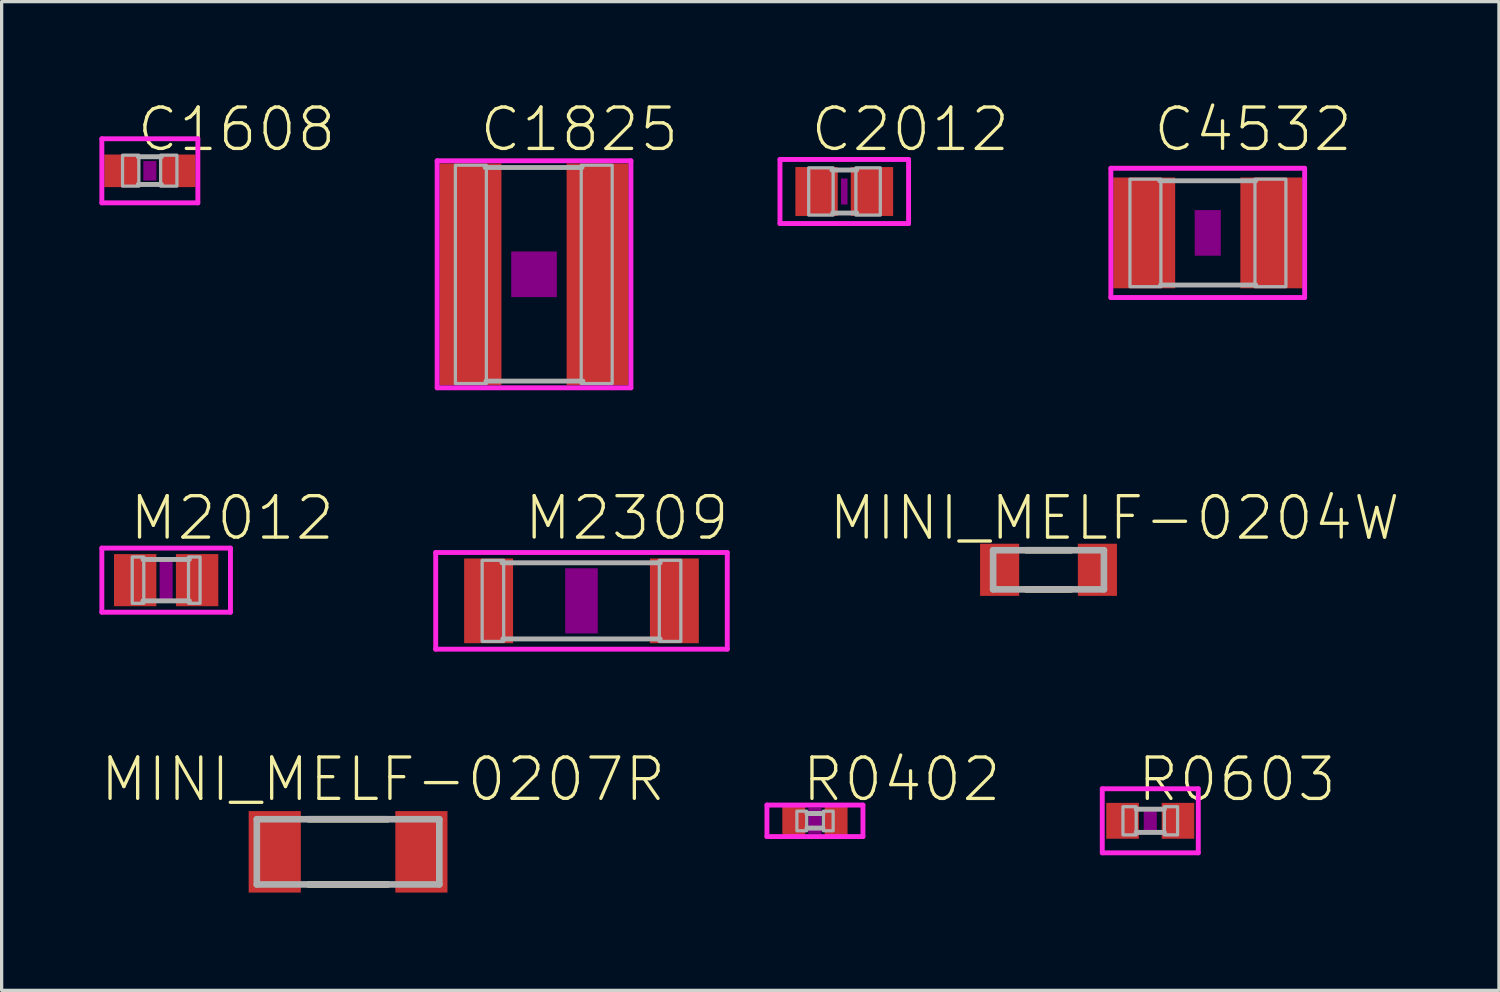
<source format=kicad_pcb>
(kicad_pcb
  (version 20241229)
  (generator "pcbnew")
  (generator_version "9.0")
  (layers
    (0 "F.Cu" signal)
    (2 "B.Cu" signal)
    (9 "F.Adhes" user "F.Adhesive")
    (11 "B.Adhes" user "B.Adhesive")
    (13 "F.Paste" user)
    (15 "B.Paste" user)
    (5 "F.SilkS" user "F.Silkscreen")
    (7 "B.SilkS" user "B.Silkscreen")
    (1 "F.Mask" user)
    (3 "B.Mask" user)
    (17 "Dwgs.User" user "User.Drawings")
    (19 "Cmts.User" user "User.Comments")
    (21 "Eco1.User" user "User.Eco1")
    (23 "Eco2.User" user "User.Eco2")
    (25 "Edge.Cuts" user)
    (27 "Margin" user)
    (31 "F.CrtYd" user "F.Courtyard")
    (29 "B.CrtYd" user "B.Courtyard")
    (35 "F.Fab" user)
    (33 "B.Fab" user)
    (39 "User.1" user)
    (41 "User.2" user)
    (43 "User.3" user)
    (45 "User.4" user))
  (footprint "M2012"
    (layer "F.Cu")
    (at 2.048 14.751)
    (property "Reference" "M2012" (at 2.026 -1.905 0) (layer "F.SilkS") (effects (font (size 1.27 1.27) (thickness 0.102))))
    (attr through_hole)
    (fp_poly (pts (xy -0.2 -0.6) (xy 0.2 -0.6) (xy 0.2 0.6) (xy -0.2 0.6)) (stroke (width 0) (type solid)) (fill yes) (layer "F.Adhes"))
    (fp_line (start -1.973 -0.983) (end 1.973 -0.983) (stroke (width 0.15) (type solid)) (layer "F.CrtYd"))
    (fp_line (start -1.973 0.983) (end -1.973 -0.983) (stroke (width 0.15) (type solid)) (layer "F.CrtYd"))
    (fp_line (start 1.973 -0.983) (end 1.973 0.983) (stroke (width 0.15) (type solid)) (layer "F.CrtYd"))
    (fp_line (start 1.973 0.983) (end -1.973 0.983) (stroke (width 0.15) (type solid)) (layer "F.CrtYd"))
    (fp_line (start 0.711 -0.635) (end -0.711 -0.635) (stroke (width 0.152) (type solid)) (layer "F.Fab"))
    (fp_line (start 0.711 0.635) (end -0.711 0.635) (stroke (width 0.152) (type solid)) (layer "F.Fab"))
    (fp_poly (pts (xy -1.041 -0.711) (xy -0.686 -0.711) (xy -0.686 0.711) (xy -1.041 0.711)) (stroke (width 0.1) (type solid)) (fill no) (layer "F.Fab"))
    (fp_poly (pts (xy 0.686 -0.711) (xy 1.041 -0.711) (xy 1.041 0.711) (xy 0.686 0.711)) (stroke (width 0.1) (type solid)) (fill no) (layer "F.Fab"))
    (pad "1" smd rect (at -0.95 0) (size 1.3 1.6) (layers "F.Cu" "F.Mask" "F.Paste"))
    (pad "2" smd rect (at 0.95 0) (size 1.3 1.6) (layers "F.Cu" "F.Mask" "F.Paste")))
  (footprint "C2012"
    (layer "F.Cu")
    (at 22.855 2.826)
    (property "Reference" "C2012" (at 2.026 -1.905 0) (layer "F.SilkS") (effects (font (size 1.27 1.27) (thickness 0.102))))
    (attr through_hole)
    (fp_poly (pts (xy -0.1 -0.4) (xy 0.1 -0.4) (xy 0.1 0.4) (xy -0.1 0.4)) (stroke (width 0) (type solid)) (fill yes) (layer "F.Adhes"))
    (fp_line (start -1.973 -0.983) (end 1.973 -0.983) (stroke (width 0.15) (type solid)) (layer "F.CrtYd"))
    (fp_line (start -1.973 0.983) (end -1.973 -0.983) (stroke (width 0.15) (type solid)) (layer "F.CrtYd"))
    (fp_line (start 1.973 -0.983) (end 1.973 0.983) (stroke (width 0.15) (type solid)) (layer "F.CrtYd"))
    (fp_line (start 1.973 0.983) (end -1.973 0.983) (stroke (width 0.15) (type solid)) (layer "F.CrtYd"))
    (fp_line (start -0.381 -0.66) (end 0.381 -0.66) (stroke (width 0.15) (type solid)) (layer "F.Fab"))
    (fp_line (start -0.356 0.66) (end 0.381 0.66) (stroke (width 0.15) (type solid)) (layer "F.Fab"))
    (fp_poly (pts (xy -1.092 -0.726) (xy -0.342 -0.726) (xy -0.342 0.724) (xy -1.092 0.724)) (stroke (width 0.1) (type solid)) (fill no) (layer "F.Fab"))
    (fp_poly (pts (xy 0.356 -0.726) (xy 1.106 -0.726) (xy 1.106 0.724) (xy 0.356 0.724)) (stroke (width 0.1) (type solid)) (fill no) (layer "F.Fab"))
    (pad "1" smd rect (at -0.85 0) (size 1.3 1.5) (layers "F.Cu" "F.Mask" "F.Paste"))
    (pad "2" smd rect (at 0.85 0) (size 1.3 1.5) (layers "F.Cu" "F.Mask" "F.Paste")))
  (footprint "C1608"
    (layer "F.Cu")
    (at 1.548 2.191)
    (property "Reference" "C1608" (at 2.661 -1.27 0) (layer "F.SilkS") (effects (font (size 1.27 1.27) (thickness 0.102))))
    (attr through_hole)
    (fp_poly (pts (xy -0.2 -0.3) (xy 0.2 -0.3) (xy 0.2 0.3) (xy -0.2 0.3)) (stroke (width 0) (type solid)) (fill yes) (layer "F.Adhes"))
    (fp_line (start -1.473 -0.983) (end 1.473 -0.983) (stroke (width 0.15) (type solid)) (layer "F.CrtYd"))
    (fp_line (start -1.473 0.983) (end -1.473 -0.983) (stroke (width 0.15) (type solid)) (layer "F.CrtYd"))
    (fp_line (start 1.473 -0.983) (end 1.473 0.983) (stroke (width 0.15) (type solid)) (layer "F.CrtYd"))
    (fp_line (start 1.473 0.983) (end -1.473 0.983) (stroke (width 0.15) (type solid)) (layer "F.CrtYd"))
    (fp_line (start -0.356 -0.432) (end 0.356 -0.432) (stroke (width 0.15) (type solid)) (layer "F.Fab"))
    (fp_line (start -0.356 0.419) (end 0.356 0.419) (stroke (width 0.15) (type solid)) (layer "F.Fab"))
    (fp_poly (pts (xy -0.838 -0.48) (xy -0.338 -0.48) (xy -0.338 0.47) (xy -0.838 0.47)) (stroke (width 0.1) (type solid)) (fill no) (layer "F.Fab"))
    (fp_poly (pts (xy 0.33 -0.48) (xy 0.83 -0.48) (xy 0.83 0.47) (xy 0.33 0.47)) (stroke (width 0.1) (type solid)) (fill no) (layer "F.Fab"))
    (pad "1" smd rect (at -0.85 0) (size 1.1 1) (layers "F.Cu" "F.Mask" "F.Paste"))
    (pad "2" smd rect (at 0.85 0) (size 1.1 1) (layers "F.Cu" "F.Mask" "F.Paste")))
  (footprint "M2309"
    (layer "F.Cu")
    (at 14.792 15.386)
    (property "Reference" "M2309" (at 1.391 -2.54 0) (layer "F.SilkS") (effects (font (size 1.27 1.27) (thickness 0.102))))
    (attr through_hole)
    (fp_poly (pts (xy -0.5 -1) (xy 0.5 -1) (xy 0.5 1) (xy -0.5 1)) (stroke (width 0) (type solid)) (fill yes) (layer "F.Adhes"))
    (fp_line (start -4.473 -1.483) (end 4.473 -1.483) (stroke (width 0.15) (type solid)) (layer "F.CrtYd"))
    (fp_line (start -4.473 1.483) (end -4.473 -1.483) (stroke (width 0.15) (type solid)) (layer "F.CrtYd"))
    (fp_line (start 4.473 -1.483) (end 4.473 1.483) (stroke (width 0.15) (type solid)) (layer "F.CrtYd"))
    (fp_line (start 4.473 1.483) (end -4.473 1.483) (stroke (width 0.15) (type solid)) (layer "F.CrtYd"))
    (fp_line (start 2.413 -1.168) (end -2.438 -1.168) (stroke (width 0.152) (type solid)) (layer "F.Fab"))
    (fp_line (start 2.413 1.168) (end -2.413 1.168) (stroke (width 0.152) (type solid)) (layer "F.Fab"))
    (fp_poly (pts (xy -3.048 -1.245) (xy -2.388 -1.245) (xy -2.388 1.245) (xy -3.048 1.245)) (stroke (width 0.1) (type solid)) (fill no) (layer "F.Fab"))
    (fp_poly (pts (xy 2.388 -1.245) (xy 3.048 -1.245) (xy 3.048 1.245) (xy 2.388 1.245)) (stroke (width 0.1) (type solid)) (fill no) (layer "F.Fab"))
    (pad "1" smd rect (at -2.85 0) (size 1.5 2.6) (layers "F.Cu" "F.Mask" "F.Paste"))
    (pad "2" smd rect (at 2.85 0) (size 1.5 2.6) (layers "F.Cu" "F.Mask" "F.Paste")))
  (footprint "C1825"
    (layer "F.Cu")
    (at 13.336 5.366)
    (property "Reference" "C1825" (at 1.391 -4.445 0) (layer "F.SilkS") (effects (font (size 1.27 1.27) (thickness 0.102))))
    (attr through_hole)
    (fp_poly (pts (xy -0.7 -0.7) (xy 0.7 -0.7) (xy 0.7 0.7) (xy -0.7 0.7)) (stroke (width 0) (type solid)) (fill yes) (layer "F.Adhes"))
    (fp_line (start -2.973 -3.483) (end 2.973 -3.483) (stroke (width 0.15) (type solid)) (layer "F.CrtYd"))
    (fp_line (start -2.973 3.483) (end -2.973 -3.483) (stroke (width 0.15) (type solid)) (layer "F.CrtYd"))
    (fp_line (start 2.973 -3.483) (end 2.973 3.483) (stroke (width 0.15) (type solid)) (layer "F.CrtYd"))
    (fp_line (start 2.973 3.483) (end -2.973 3.483) (stroke (width 0.15) (type solid)) (layer "F.CrtYd"))
    (fp_line (start -1.499 -3.277) (end 1.473 -3.277) (stroke (width 0.15) (type solid)) (layer "F.Fab"))
    (fp_line (start -1.473 3.277) (end 1.499 3.277) (stroke (width 0.15) (type solid)) (layer "F.Fab"))
    (fp_poly (pts (xy -2.413 -3.347) (xy -1.463 -3.347) (xy -1.463 3.353) (xy -2.413 3.353)) (stroke (width 0.1) (type solid)) (fill no) (layer "F.Fab"))
    (fp_poly (pts (xy 1.448 -3.347) (xy 2.398 -3.347) (xy 2.398 3.353) (xy 1.448 3.353)) (stroke (width 0.1) (type solid)) (fill no) (layer "F.Fab"))
    (pad "1" smd rect (at -1.95 0) (size 1.9 6.8) (layers "F.Cu" "F.Mask" "F.Paste"))
    (pad "2" smd rect (at 1.95 0) (size 1.9 6.8) (layers "F.Cu" "F.Mask" "F.Paste")))
  (footprint "R0402"
    (layer "F.Cu")
    (at 21.955 22.135)
    (property "Reference" "R0402" (at 2.661 -1.27 0) (layer "F.SilkS") (effects (font (size 1.27 1.27) (thickness 0.102))))
    (attr through_hole)
    (fp_poly (pts (xy -0.2 -0.4) (xy 0.2 -0.4) (xy 0.2 0.4) (xy -0.2 0.4)) (stroke (width 0) (type solid)) (fill yes) (layer "F.Adhes"))
    (fp_line (start -1.473 -0.483) (end 1.473 -0.483) (stroke (width 0.15) (type solid)) (layer "F.CrtYd"))
    (fp_line (start -1.473 0.483) (end -1.473 -0.483) (stroke (width 0.15) (type solid)) (layer "F.CrtYd"))
    (fp_line (start 1.473 -0.483) (end 1.473 0.483) (stroke (width 0.15) (type solid)) (layer "F.CrtYd"))
    (fp_line (start 1.473 0.483) (end -1.473 0.483) (stroke (width 0.15) (type solid)) (layer "F.CrtYd"))
    (fp_line (start -0.245 -0.224) (end 0.245 -0.224) (stroke (width 0.152) (type solid)) (layer "F.Fab"))
    (fp_line (start 0.245 0.224) (end -0.245 0.224) (stroke (width 0.152) (type solid)) (layer "F.Fab"))
    (fp_poly (pts (xy -0.554 -0.295) (xy -0.254 -0.295) (xy -0.254 0.305) (xy -0.554 0.305)) (stroke (width 0.1) (type solid)) (fill no) (layer "F.Fab"))
    (fp_poly (pts (xy 0.259 -0.295) (xy 0.559 -0.295) (xy 0.559 0.305) (xy 0.259 0.305)) (stroke (width 0.1) (type solid)) (fill no) (layer "F.Fab"))
    (pad "1" smd rect (at -0.65 0) (size 0.7 0.9) (layers "F.Cu" "F.Mask" "F.Paste"))
    (pad "2" smd rect (at 0.65 0) (size 0.7 0.9) (layers "F.Cu" "F.Mask" "F.Paste")))
  (footprint "R0603"
    (layer "F.Cu")
    (at 32.244 22.135)
    (property "Reference" "R0603" (at 2.661 -1.27 0) (layer "F.SilkS") (effects (font (size 1.27 1.27) (thickness 0.102))))
    (attr through_hole)
    (fp_poly (pts (xy -0.2 -0.4) (xy 0.2 -0.4) (xy 0.2 0.4) (xy -0.2 0.4)) (stroke (width 0) (type solid)) (fill yes) (layer "F.Adhes"))
    (fp_line (start -1.473 -0.983) (end 1.473 -0.983) (stroke (width 0.15) (type solid)) (layer "F.CrtYd"))
    (fp_line (start -1.473 0.983) (end -1.473 -0.983) (stroke (width 0.15) (type solid)) (layer "F.CrtYd"))
    (fp_line (start 1.473 -0.983) (end 1.473 0.983) (stroke (width 0.15) (type solid)) (layer "F.CrtYd"))
    (fp_line (start 1.473 0.983) (end -1.473 0.983) (stroke (width 0.15) (type solid)) (layer "F.CrtYd"))
    (fp_line (start -0.432 0.356) (end 0.432 0.356) (stroke (width 0.152) (type solid)) (layer "F.Fab"))
    (fp_line (start 0.432 -0.356) (end -0.432 -0.356) (stroke (width 0.152) (type solid)) (layer "F.Fab"))
    (fp_poly (pts (xy -0.838 -0.432) (xy -0.432 -0.432) (xy -0.432 0.432) (xy -0.838 0.432)) (stroke (width 0.1) (type solid)) (fill no) (layer "F.Fab"))
    (fp_poly (pts (xy 0.432 -0.432) (xy 0.838 -0.432) (xy 0.838 0.432) (xy 0.432 0.432)) (stroke (width 0.1) (type solid)) (fill no) (layer "F.Fab"))
    (pad "1" smd rect (at -0.85 0) (size 1 1.1) (layers "F.Cu" "F.Mask" "F.Paste"))
    (pad "2" smd rect (at 0.85 0) (size 1 1.1) (layers "F.Cu" "F.Mask" "F.Paste")))
  (footprint "MINI_MELF-0204W"
    (layer "F.Cu")
    (at 29.122 14.433)
    (property "Reference" "MINI_MELF-0204W" (at 2.026 -1.587 0) (layer "F.SilkS") (effects (font (size 1.27 1.27) (thickness 0.102))))
    (attr through_hole)
    (fp_line (start -0.684 0.6) (end 0.684 0.6) (stroke (width 0.203) (type solid)) (layer "F.SilkS"))
    (fp_line (start 0.684 -0.6) (end -0.684 -0.6) (stroke (width 0.203) (type solid)) (layer "F.SilkS"))
    (fp_line (start -1.7 -0.6) (end -1.7 0.6) (stroke (width 0.203) (type solid)) (layer "F.Fab"))
    (fp_line (start -1.7 0.6) (end 1.7 0.6) (stroke (width 0.203) (type solid)) (layer "F.Fab"))
    (fp_line (start 1.7 -0.6) (end -1.7 -0.6) (stroke (width 0.203) (type solid)) (layer "F.Fab"))
    (fp_line (start 1.7 0.6) (end 1.7 -0.6) (stroke (width 0.203) (type solid)) (layer "F.Fab"))
    (pad "1" smd rect (at -1.5 0) (size 1.2 1.6) (layers "F.Cu" "F.Mask" "F.Paste"))
    (pad "2" smd rect (at 1.5 0) (size 1.2 1.6) (layers "F.Cu" "F.Mask" "F.Paste")))
  (footprint "C4532"
    (layer "F.Cu")
    (at 34.008 4.096)
    (property "Reference" "C4532" (at 1.391 -3.175 0) (layer "F.SilkS") (effects (font (size 1.27 1.27) (thickness 0.102))))
    (attr through_hole)
    (fp_poly (pts (xy -0.4 -0.7) (xy 0.4 -0.7) (xy 0.4 0.7) (xy -0.4 0.7)) (stroke (width 0) (type solid)) (fill yes) (layer "F.Adhes"))
    (fp_line (start -2.973 -1.983) (end 2.973 -1.983) (stroke (width 0.15) (type solid)) (layer "F.CrtYd"))
    (fp_line (start -2.973 1.983) (end -2.973 -1.983) (stroke (width 0.15) (type solid)) (layer "F.CrtYd"))
    (fp_line (start 2.973 -1.983) (end 2.973 1.983) (stroke (width 0.15) (type solid)) (layer "F.CrtYd"))
    (fp_line (start 2.973 1.983) (end -2.973 1.983) (stroke (width 0.15) (type solid)) (layer "F.CrtYd"))
    (fp_line (start -1.473 -1.6) (end 1.473 -1.6) (stroke (width 0.15) (type solid)) (layer "F.Fab"))
    (fp_line (start -1.448 1.6) (end 1.473 1.6) (stroke (width 0.15) (type solid)) (layer "F.Fab"))
    (fp_poly (pts (xy -2.388 -1.649) (xy -1.438 -1.649) (xy -1.438 1.651) (xy -2.388 1.651)) (stroke (width 0.1) (type solid)) (fill no) (layer "F.Fab"))
    (fp_poly (pts (xy 1.448 -1.649) (xy 2.398 -1.649) (xy 2.398 1.651) (xy 1.448 1.651)) (stroke (width 0.1) (type solid)) (fill no) (layer "F.Fab"))
    (pad "1" smd rect (at -1.95 0) (size 1.9 3.4) (layers "F.Cu" "F.Mask" "F.Paste"))
    (pad "2" smd rect (at 1.95 0) (size 1.9 3.4) (layers "F.Cu" "F.Mask" "F.Paste")))
  (footprint "MINI_MELF-0207R"
    (layer "F.Cu")
    (at 7.63 23.087)
    (property "Reference" "MINI_MELF-0207R" (at 1.073 -2.223 0) (layer "F.SilkS") (effects (font (size 1.27 1.27) (thickness 0.102))))
    (attr through_hole)
    (fp_line (start -1.212 1) (end 1.212 1) (stroke (width 0.203) (type solid)) (layer "F.SilkS"))
    (fp_line (start 1.212 -1) (end -1.212 -1) (stroke (width 0.203) (type solid)) (layer "F.SilkS"))
    (fp_line (start -2.8 -1) (end -2.8 1) (stroke (width 0.203) (type solid)) (layer "F.Fab"))
    (fp_line (start -2.8 1) (end 2.8 1) (stroke (width 0.203) (type solid)) (layer "F.Fab"))
    (fp_line (start 2.8 -1) (end -2.8 -1) (stroke (width 0.203) (type solid)) (layer "F.Fab"))
    (fp_line (start 2.8 1) (end 2.8 -1) (stroke (width 0.203) (type solid)) (layer "F.Fab"))
    (pad "1" smd rect (at -2.25 0) (size 1.6 2.5) (layers "F.Cu" "F.Mask" "F.Paste"))
    (pad "2" smd rect (at 2.25 0) (size 1.6 2.5) (layers "F.Cu" "F.Mask" "F.Paste")))
  (gr_rect
    (start -3 -3)
    (end 42.942 27.337)
    (stroke (width 0.1) (type default))
    (fill no)
    (layer "Edge.Cuts")))
</source>
